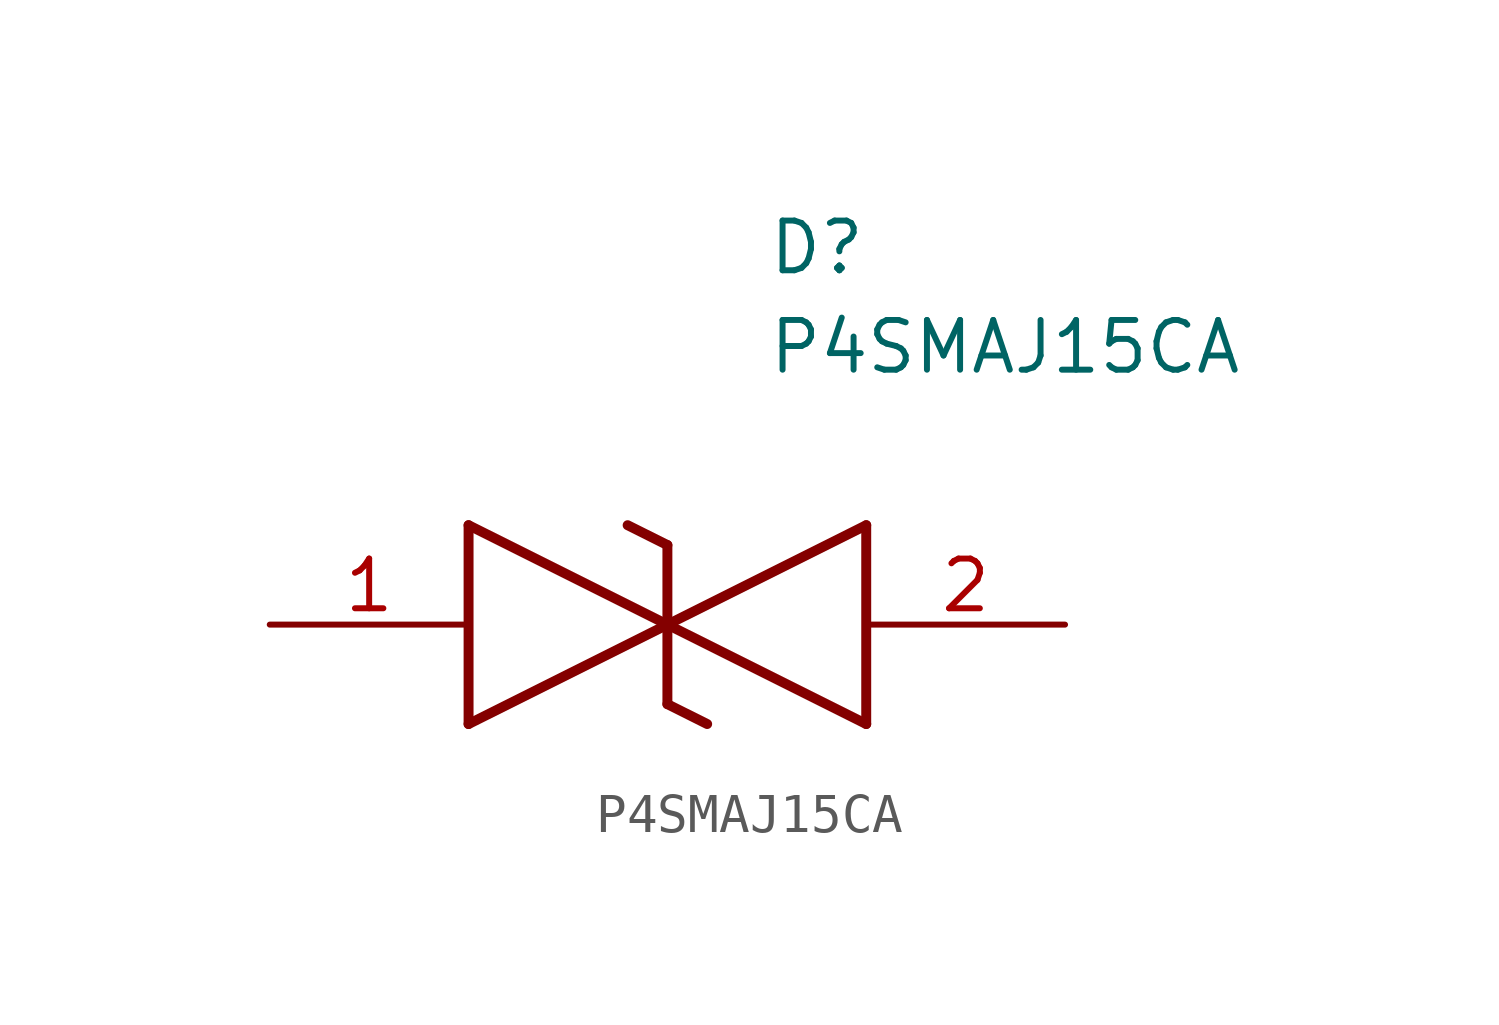
<source format=kicad_sym>
(kicad_symbol_lib
  (version 20211014)
  (generator SamacSys_ECAD_Model)
  (symbol "P4SMAJ15CA"
    (pin_names hide)
    (property "Reference" "D"
      (at 12.7 8.89 0)
      (effects (font (size 1.27 1.27)) (justify left bottom)))
    (property "Value" "P4SMAJ15CA"
      (at 12.7 6.35 0)
      (effects (font (size 1.27 1.27)) (justify left bottom)))
    (polyline
      (pts (xy 10.16 0) (xy 5.08 -2.54))
      (stroke (width 0.254) (type default))
      (fill (type none)))
    (polyline
      (pts (xy 5.08 2.54) (xy 5.08 -2.54))
      (stroke (width 0.254) (type default))
      (fill (type none)))
    (polyline
      (pts (xy 5.08 2.54) (xy 10.16 0))
      (stroke (width 0.254) (type default))
      (fill (type none)))
    (polyline
      (pts (xy 10.16 0) (xy 15.24 -2.54))
      (stroke (width 0.254) (type default))
      (fill (type none)))
    (polyline
      (pts (xy 15.24 2.54) (xy 15.24 -2.54))
      (stroke (width 0.254) (type default))
      (fill (type none)))
    (polyline
      (pts (xy 15.24 2.54) (xy 10.16 0))
      (stroke (width 0.254) (type default))
      (fill (type none)))
    (polyline
      (pts (xy 10.16 -2.032) (xy 10.16 2.032))
      (stroke (width 0.254) (type default))
      (fill (type none)))
    (polyline
      (pts (xy 9.144 2.54) (xy 10.16 2.032))
      (stroke (width 0.254) (type default))
      (fill (type none)))
    (polyline
      (pts (xy 10.16 -2.032) (xy 11.176 -2.54))
      (stroke (width 0.254) (type default))
      (fill (type none)))
    (pin passive line
      (at 0 0 0)
      (length 5.08)
      (name "1" (effects (font (size 1.27 1.27))))
      (number "1" (effects (font (size 1.27 1.27)))))
    (pin passive line
      (at 20.32 0 180)
      (length 5.08)
      (name "2" (effects (font (size 1.27 1.27))))
      (number "2" (effects (font (size 1.27 1.27)))))))
</source>
